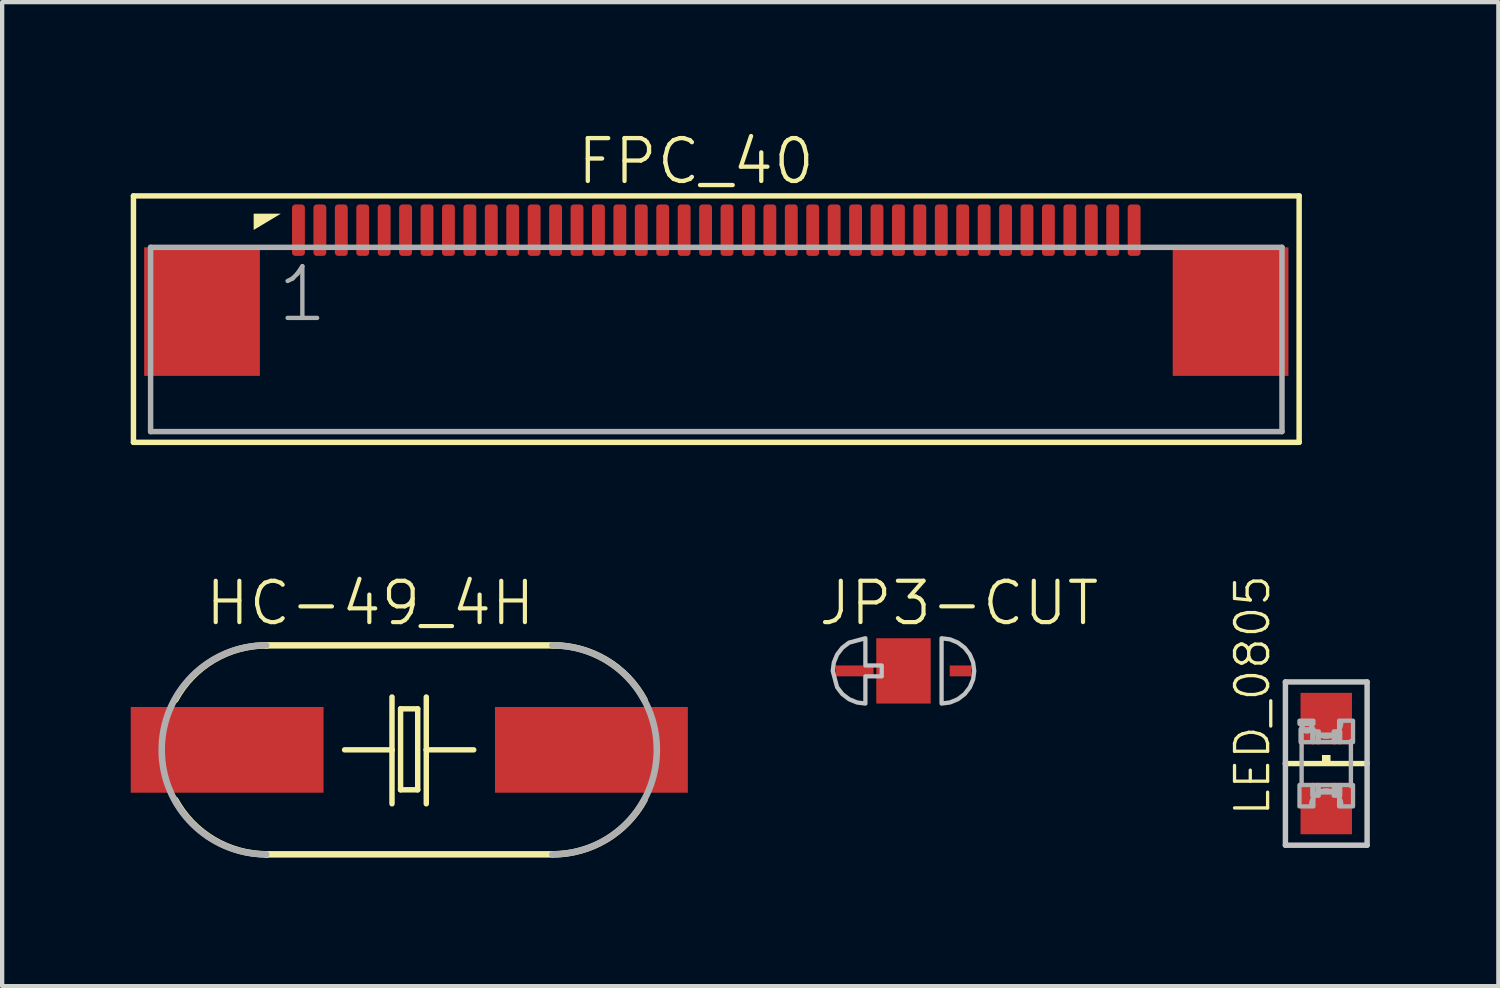
<source format=kicad_pcb>
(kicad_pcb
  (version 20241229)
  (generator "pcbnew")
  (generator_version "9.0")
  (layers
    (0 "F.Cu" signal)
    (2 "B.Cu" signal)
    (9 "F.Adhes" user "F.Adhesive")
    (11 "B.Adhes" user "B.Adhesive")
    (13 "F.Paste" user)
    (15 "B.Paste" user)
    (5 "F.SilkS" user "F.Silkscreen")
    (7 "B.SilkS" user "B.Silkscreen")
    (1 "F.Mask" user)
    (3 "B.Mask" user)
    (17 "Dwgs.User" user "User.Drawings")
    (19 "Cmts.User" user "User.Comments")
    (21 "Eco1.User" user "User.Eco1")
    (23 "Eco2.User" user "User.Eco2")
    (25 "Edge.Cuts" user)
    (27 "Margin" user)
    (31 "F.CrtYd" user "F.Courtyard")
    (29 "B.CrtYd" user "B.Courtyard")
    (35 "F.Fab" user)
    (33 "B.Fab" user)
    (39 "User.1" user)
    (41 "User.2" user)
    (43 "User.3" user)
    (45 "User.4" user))
  (footprint "HC-49_4H"
    (layer "F.Cu")
    (at 6.5 14.447)
    (property "Reference" "HC-49_4H" (at -4.81 -2.857 0) (layer "F.SilkS") (effects (font (size 0.965 0.965) (thickness 0.097)) (justify left bottom)))
    (attr through_hole)
    (fp_line (start -3.353 -2.438) (end -3.327 -2.438) (stroke (width 0.152) (type solid)) (layer "F.SilkS"))
    (fp_line (start -3.353 2.438) (end -3.327 2.438) (stroke (width 0.152) (type solid)) (layer "F.SilkS"))
    (fp_line (start -3.327 -2.438) (end 3.327 -2.438) (stroke (width 0.152) (type solid)) (layer "F.SilkS"))
    (fp_line (start -3.327 2.438) (end 3.327 2.438) (stroke (width 0.152) (type solid)) (layer "F.SilkS"))
    (fp_line (start -1.509 0) (end -0.403 0) (stroke (width 0.127) (type solid)) (layer "F.SilkS"))
    (fp_line (start -0.403 0) (end -0.403 -1.233) (stroke (width 0.127) (type solid)) (layer "F.SilkS"))
    (fp_line (start -0.403 1.259) (end -0.403 0) (stroke (width 0.127) (type solid)) (layer "F.SilkS"))
    (fp_line (start -0.203 -0.957) (end 0.197 -0.957) (stroke (width 0.127) (type solid)) (layer "F.SilkS"))
    (fp_line (start -0.203 0.932) (end -0.203 -0.957) (stroke (width 0.127) (type solid)) (layer "F.SilkS"))
    (fp_line (start 0.197 -0.957) (end 0.197 0.932) (stroke (width 0.127) (type solid)) (layer "F.SilkS"))
    (fp_line (start 0.197 0.932) (end -0.203 0.932) (stroke (width 0.127) (type solid)) (layer "F.SilkS"))
    (fp_line (start 0.397 -1.233) (end 0.397 0) (stroke (width 0.127) (type solid)) (layer "F.SilkS"))
    (fp_line (start 0.397 0) (end 0.397 1.259) (stroke (width 0.127) (type solid)) (layer "F.SilkS"))
    (fp_line (start 1.504 0) (end 0.397 0) (stroke (width 0.127) (type solid)) (layer "F.SilkS"))
    (fp_arc (start -5.461 -1.168399) (mid -4.569447 -2.097814) (end -3.3274 -2.4384) (stroke (width 0.1524) (type solid)) (layer "F.SilkS"))
    (fp_arc (start -3.3274 2.4384) (mid -4.567733 2.094937) (end -5.460999 1.1684) (stroke (width 0.1524) (type solid)) (layer "F.SilkS"))
    (fp_arc (start 3.3528 -2.4384) (mid 4.594847 -2.097814) (end 5.4864 -1.168399) (stroke (width 0.1524) (type solid)) (layer "F.SilkS"))
    (fp_arc (start 5.486399 1.1684) (mid 4.593133 2.094937) (end 3.3528 2.4384) (stroke (width 0.1524) (type solid)) (layer "F.SilkS"))
    (fp_arc (start -3.3384 2.4384) (mid -5.7768 0) (end -3.3384 -2.4384) (stroke (width 0.1524) (type solid)) (layer "F.Fab"))
    (fp_arc (start 3.3384 -2.4384) (mid 5.7768 0) (end 3.3384 2.4384) (stroke (width 0.1524) (type solid)) (layer "F.Fab"))
    (pad "1" smd rect (at -4.25 0) (size 4.5 2) (layers "F.Cu" "F.Mask" "F.Paste"))
    (pad "2" smd rect (at 4.25 0) (size 4.5 2) (layers "F.Cu" "F.Mask" "F.Paste")))
  (footprint "JP3-CUT"
    (layer "F.Cu")
    (at 18.032 12.605)
    (property "Reference" "JP3-CUT" (at -2.032 -1.016 180) (layer "F.SilkS") (effects (font (size 0.965 0.965) (thickness 0.097)) (justify left bottom)))
    (attr through_hole)
    (fp_poly (pts (xy -0.254 -0.889) (xy -0.889 -0.889) (xy -1.119 -0.859) (xy -1.333 -0.77) (xy -1.518 -0.629) (xy -1.659 -0.445) (xy -1.748 -0.23) (xy -1.778 0) (xy -1.748 0.23) (xy -1.659 0.445) (xy -1.518 0.629) (xy -1.333 0.77) (xy -0.889 0.889) (xy -0.254 0.889)) (stroke (width 0) (type solid)) (fill yes) (layer "F.Mask"))
    (fp_poly (pts (xy 0.254 0.889) (xy 0.889 0.889) (xy 1.119 0.859) (xy 1.333 0.77) (xy 1.518 0.629) (xy 1.659 0.445) (xy 1.748 0.23) (xy 1.778 0) (xy 1.748 -0.23) (xy 1.659 -0.445) (xy 1.518 -0.629) (xy 1.333 -0.77) (xy 1.119 -0.859) (xy 0.889 -0.889) (xy 0.254 -0.889)) (stroke (width 0) (type solid)) (fill yes) (layer "F.Mask"))
    (fp_poly (pts (xy 0.889 0.762) (xy 0.889 -0.762) (xy 1.086 -0.736) (xy 1.27 -0.66) (xy 1.428 -0.539) (xy 1.549 -0.381) (xy 1.625 -0.197) (xy 1.651 0) (xy 1.625 0.197) (xy 1.549 0.381) (xy 1.428 0.539) (xy 1.27 0.66) (xy 1.086 0.736)) (stroke (width 0.1) (type solid)) (fill no) (layer "Dwgs.User"))
    (fp_poly (pts (xy -0.889 -0.762) (xy -0.889 -0.127) (xy -0.508 -0.127) (xy -0.508 0.127) (xy -0.889 0.127) (xy -0.889 0.762) (xy -1.086 0.736) (xy -1.27 0.66) (xy -1.428 0.539) (xy -1.549 0.381) (xy -1.651 0) (xy -1.625 -0.197) (xy -1.549 -0.381) (xy -1.428 -0.539) (xy -1.27 -0.66)) (stroke (width 0.1) (type solid)) (fill no) (layer "Dwgs.User"))
    (pad "COM" smd rect (at 0 0) (size 1.27 1.524) (layers "F.Cu" "F.Mask"))
    (pad "NC" smd rect (at -1.143 0) (size 0.889 0.254) (layers "F.Cu" "F.Mask"))
    (pad "NO" smd rect (at 1.333 0) (size 0.508 0.254) (layers "F.Cu" "F.Mask")))
  (footprint "LED_0805"
    (layer "F.Cu")
    (at 27.897 14.767)
    (property "Reference" "LED_0805" (at -1.27 1.27 90) (layer "F.SilkS") (effects (font (size 0.772 0.772) (thickness 0.077)) (justify left bottom)))
    (attr through_hole)
    (fp_line (start -0.953 0) (end 0.953 0) (stroke (width 0.127) (type solid)) (layer "F.SilkS"))
    (fp_poly (pts (xy -0.1 0) (xy 0.1 0) (xy 0.1 -0.2) (xy -0.1 -0.2)) (stroke (width 0) (type solid)) (fill yes) (layer "F.SilkS"))
    (fp_line (start -0.953 -1.905) (end 0.953 -1.905) (stroke (width 0.127) (type solid)) (layer "Dwgs.User"))
    (fp_line (start -0.953 0) (end -0.953 -1.905) (stroke (width 0.127) (type solid)) (layer "Dwgs.User"))
    (fp_line (start -0.953 1.905) (end -0.953 0) (stroke (width 0.127) (type solid)) (layer "Dwgs.User"))
    (fp_line (start 0.953 -1.905) (end 0.953 0) (stroke (width 0.127) (type solid)) (layer "Dwgs.User"))
    (fp_line (start 0.953 0) (end 0.953 1.905) (stroke (width 0.127) (type solid)) (layer "Dwgs.User"))
    (fp_line (start 0.953 1.905) (end -0.953 1.905) (stroke (width 0.127) (type solid)) (layer "Dwgs.User"))
    (fp_line (start -0.575 0.5) (end -0.575 -0.925) (stroke (width 0.102) (type solid)) (layer "F.Fab"))
    (fp_line (start 0.575 -0.525) (end 0.575 0.525) (stroke (width 0.102) (type solid)) (layer "F.Fab"))
    (fp_arc (start -0.35 0.925) (mid -0.000001 0.625027) (end 0.35 0.924998) (stroke (width 0.1016) (type solid)) (layer "F.Fab"))
    (fp_arc (start 0.35 -0.924998) (mid -0.000001 -0.625027) (end -0.35 -0.925) (stroke (width 0.1016) (type solid)) (layer "F.Fab"))
    (fp_circle (center -0.45 -0.85) (end -0.347 -0.85) (stroke (width 0.102) (type solid)) (fill no) (layer "F.Fab"))
    (fp_poly (pts (xy -0.625 -0.925) (xy -0.3 -0.925) (xy -0.3 -1) (xy -0.625 -1)) (stroke (width 0.1) (type solid)) (fill no) (layer "F.Fab"))
    (fp_poly (pts (xy -0.625 1) (xy -0.3 1) (xy -0.3 0.5) (xy -0.625 0.5)) (stroke (width 0.1) (type solid)) (fill no) (layer "F.Fab"))
    (fp_poly (pts (xy -0.6 -0.5) (xy -0.3 -0.5) (xy -0.3 -0.8) (xy -0.6 -0.8)) (stroke (width 0.1) (type solid)) (fill no) (layer "F.Fab"))
    (fp_poly (pts (xy -0.325 -0.5) (xy -0.175 -0.5) (xy -0.175 -0.75) (xy -0.325 -0.75)) (stroke (width 0.1) (type solid)) (fill no) (layer "F.Fab"))
    (fp_poly (pts (xy -0.325 0.75) (xy -0.175 0.75) (xy -0.175 0.5) (xy -0.325 0.5)) (stroke (width 0.1) (type solid)) (fill no) (layer "F.Fab"))
    (fp_poly (pts (xy -0.2 -0.5) (xy 0.2 -0.5) (xy 0.2 -0.675) (xy -0.2 -0.675)) (stroke (width 0.1) (type solid)) (fill no) (layer "F.Fab"))
    (fp_poly (pts (xy -0.2 0.675) (xy 0.2 0.675) (xy 0.2 0.5) (xy -0.2 0.5)) (stroke (width 0.1) (type solid)) (fill no) (layer "F.Fab"))
    (fp_poly (pts (xy 0.175 -0.5) (xy 0.325 -0.5) (xy 0.325 -0.75) (xy 0.175 -0.75)) (stroke (width 0.1) (type solid)) (fill no) (layer "F.Fab"))
    (fp_poly (pts (xy 0.175 0.75) (xy 0.325 0.75) (xy 0.325 0.5) (xy 0.175 0.5)) (stroke (width 0.1) (type solid)) (fill no) (layer "F.Fab"))
    (fp_poly (pts (xy 0.3 -0.5) (xy 0.625 -0.5) (xy 0.625 -1) (xy 0.3 -1)) (stroke (width 0.1) (type solid)) (fill no) (layer "F.Fab"))
    (fp_poly (pts (xy 0.3 1) (xy 0.625 1) (xy 0.625 0.5) (xy 0.3 0.5)) (stroke (width 0.1) (type solid)) (fill no) (layer "F.Fab"))
    (pad "A" smd rect (at 0 1.05) (size 1.2 1.2) (layers "F.Cu" "F.Mask" "F.Paste"))
    (pad "C" smd rect (at 0 -1.05) (size 1.2 1.2) (layers "F.Cu" "F.Mask" "F.Paste")))
  (footprint "FPC_40"
    (layer "F.Cu")
    (at 13.664 4.221)
    (property "Reference" "FPC_40" (at -3.302 -2.921 0) (layer "F.SilkS") (effects (font (size 1 1) (thickness 0.1)) (justify left bottom)))
    (attr through_hole)
    (fp_line (start -13.6 -2.7) (end 13.6 -2.7) (stroke (width 0.127) (type solid)) (layer "F.SilkS"))
    (fp_line (start -13.6 3.05) (end -13.6 -2.7) (stroke (width 0.127) (type solid)) (layer "F.SilkS"))
    (fp_line (start -13.6 3.05) (end 13.6 3.05) (stroke (width 0.127) (type solid)) (layer "F.SilkS"))
    (fp_line (start 13.6 3.05) (end 13.6 -2.7) (stroke (width 0.127) (type solid)) (layer "F.SilkS"))
    (fp_poly (pts (xy -10.16 -2.286) (xy -10.795 -2.286) (xy -10.795 -1.905)) (stroke (width 0) (type solid)) (fill yes) (layer "F.SilkS"))
    (fp_line (start -13.2 -1.5) (end 13.2 -1.5) (stroke (width 0.127) (type solid)) (layer "F.Fab"))
    (fp_line (start -13.2 2.8) (end -13.2 -1.5) (stroke (width 0.127) (type solid)) (layer "F.Fab"))
    (fp_line (start -13.2 2.8) (end 13.2 2.8) (stroke (width 0.127) (type solid)) (layer "F.Fab"))
    (fp_line (start 13.2 -1.5) (end 13.2 2.8) (stroke (width 0.127) (type solid)) (layer "F.Fab"))
    (fp_text user "1" (at -10.3 0.3 0) (layer "F.Fab") (effects (font (size 1.206 1.206) (thickness 0.102)) (justify left bottom)))
    (pad "1" smd roundrect (at -9.75 -1.9) (size 0.3 1.2) (layers "F.Cu" "F.Mask" "F.Paste") (roundrect_rratio 0.25))
    (pad "2" smd roundrect (at -9.25 -1.9) (size 0.3 1.2) (layers "F.Cu" "F.Mask" "F.Paste") (roundrect_rratio 0.25))
    (pad "3" smd roundrect (at -8.75 -1.9) (size 0.3 1.2) (layers "F.Cu" "F.Mask" "F.Paste") (roundrect_rratio 0.25))
    (pad "4" smd roundrect (at -8.25 -1.9) (size 0.3 1.2) (layers "F.Cu" "F.Mask" "F.Paste") (roundrect_rratio 0.25))
    (pad "5" smd roundrect (at -7.75 -1.9) (size 0.3 1.2) (layers "F.Cu" "F.Mask" "F.Paste") (roundrect_rratio 0.25))
    (pad "6" smd roundrect (at -7.25 -1.9) (size 0.3 1.2) (layers "F.Cu" "F.Mask" "F.Paste") (roundrect_rratio 0.25))
    (pad "7" smd roundrect (at -6.75 -1.9) (size 0.3 1.2) (layers "F.Cu" "F.Mask" "F.Paste") (roundrect_rratio 0.25))
    (pad "8" smd roundrect (at -6.25 -1.9) (size 0.3 1.2) (layers "F.Cu" "F.Mask" "F.Paste") (roundrect_rratio 0.25))
    (pad "9" smd roundrect (at -5.75 -1.9) (size 0.3 1.2) (layers "F.Cu" "F.Mask" "F.Paste") (roundrect_rratio 0.25))
    (pad "10" smd roundrect (at -5.25 -1.9) (size 0.3 1.2) (layers "F.Cu" "F.Mask" "F.Paste") (roundrect_rratio 0.25))
    (pad "11" smd roundrect (at -4.75 -1.9) (size 0.3 1.2) (layers "F.Cu" "F.Mask" "F.Paste") (roundrect_rratio 0.25))
    (pad "12" smd roundrect (at -4.25 -1.9) (size 0.3 1.2) (layers "F.Cu" "F.Mask" "F.Paste") (roundrect_rratio 0.25))
    (pad "13" smd roundrect (at -3.75 -1.9) (size 0.3 1.2) (layers "F.Cu" "F.Mask" "F.Paste") (roundrect_rratio 0.25))
    (pad "14" smd roundrect (at -3.25 -1.9) (size 0.3 1.2) (layers "F.Cu" "F.Mask" "F.Paste") (roundrect_rratio 0.25))
    (pad "15" smd roundrect (at -2.75 -1.9) (size 0.3 1.2) (layers "F.Cu" "F.Mask" "F.Paste") (roundrect_rratio 0.25))
    (pad "16" smd roundrect (at -2.25 -1.9) (size 0.3 1.2) (layers "F.Cu" "F.Mask" "F.Paste") (roundrect_rratio 0.25))
    (pad "17" smd roundrect (at -1.75 -1.9) (size 0.3 1.2) (layers "F.Cu" "F.Mask" "F.Paste") (roundrect_rratio 0.25))
    (pad "18" smd roundrect (at -1.25 -1.9) (size 0.3 1.2) (layers "F.Cu" "F.Mask" "F.Paste") (roundrect_rratio 0.25))
    (pad "19" smd roundrect (at -0.75 -1.9) (size 0.3 1.2) (layers "F.Cu" "F.Mask" "F.Paste") (roundrect_rratio 0.25))
    (pad "20" smd roundrect (at -0.25 -1.9) (size 0.3 1.2) (layers "F.Cu" "F.Mask" "F.Paste") (roundrect_rratio 0.25))
    (pad "21" smd roundrect (at 0.25 -1.9) (size 0.3 1.2) (layers "F.Cu" "F.Mask" "F.Paste") (roundrect_rratio 0.25))
    (pad "22" smd roundrect (at 0.75 -1.9) (size 0.3 1.2) (layers "F.Cu" "F.Mask" "F.Paste") (roundrect_rratio 0.25))
    (pad "23" smd roundrect (at 1.25 -1.9) (size 0.3 1.2) (layers "F.Cu" "F.Mask" "F.Paste") (roundrect_rratio 0.25))
    (pad "24" smd roundrect (at 1.75 -1.9) (size 0.3 1.2) (layers "F.Cu" "F.Mask" "F.Paste") (roundrect_rratio 0.25))
    (pad "25" smd roundrect (at 2.25 -1.9) (size 0.3 1.2) (layers "F.Cu" "F.Mask" "F.Paste") (roundrect_rratio 0.25))
    (pad "26" smd roundrect (at 2.75 -1.9) (size 0.3 1.2) (layers "F.Cu" "F.Mask" "F.Paste") (roundrect_rratio 0.25))
    (pad "27" smd roundrect (at 3.25 -1.9) (size 0.3 1.2) (layers "F.Cu" "F.Mask" "F.Paste") (roundrect_rratio 0.25))
    (pad "28" smd roundrect (at 3.75 -1.9) (size 0.3 1.2) (layers "F.Cu" "F.Mask" "F.Paste") (roundrect_rratio 0.25))
    (pad "29" smd roundrect (at 4.25 -1.9) (size 0.3 1.2) (layers "F.Cu" "F.Mask" "F.Paste") (roundrect_rratio 0.25))
    (pad "30" smd roundrect (at 4.75 -1.9) (size 0.3 1.2) (layers "F.Cu" "F.Mask" "F.Paste") (roundrect_rratio 0.25))
    (pad "31" smd roundrect (at 5.25 -1.9) (size 0.3 1.2) (layers "F.Cu" "F.Mask" "F.Paste") (roundrect_rratio 0.25))
    (pad "32" smd roundrect (at 5.75 -1.9) (size 0.3 1.2) (layers "F.Cu" "F.Mask" "F.Paste") (roundrect_rratio 0.25))
    (pad "33" smd roundrect (at 6.25 -1.9) (size 0.3 1.2) (layers "F.Cu" "F.Mask" "F.Paste") (roundrect_rratio 0.25))
    (pad "34" smd roundrect (at 6.75 -1.9) (size 0.3 1.2) (layers "F.Cu" "F.Mask" "F.Paste") (roundrect_rratio 0.25))
    (pad "35" smd roundrect (at 7.25 -1.9) (size 0.3 1.2) (layers "F.Cu" "F.Mask" "F.Paste") (roundrect_rratio 0.25))
    (pad "36" smd roundrect (at 7.75 -1.9) (size 0.3 1.2) (layers "F.Cu" "F.Mask" "F.Paste") (roundrect_rratio 0.25))
    (pad "37" smd roundrect (at 8.25 -1.9) (size 0.3 1.2) (layers "F.Cu" "F.Mask" "F.Paste") (roundrect_rratio 0.25))
    (pad "38" smd roundrect (at 8.75 -1.9) (size 0.3 1.2) (layers "F.Cu" "F.Mask" "F.Paste") (roundrect_rratio 0.25))
    (pad "39" smd roundrect (at 9.25 -1.9) (size 0.3 1.2) (layers "F.Cu" "F.Mask" "F.Paste") (roundrect_rratio 0.25))
    (pad "40" smd roundrect (at 9.75 -1.9) (size 0.3 1.2) (layers "F.Cu" "F.Mask" "F.Paste") (roundrect_rratio 0.25))
    (pad "Z1" smd rect (at -12 0) (size 2.7 3) (layers "F.Cu" "F.Mask" "F.Paste"))
    (pad "Z2" smd rect (at 12 0) (size 2.7 3) (layers "F.Cu" "F.Mask" "F.Paste")))
  (gr_rect
    (start -3 -3)
    (end 31.913 19.961)
    (stroke (width 0.1) (type default))
    (fill no)
    (layer "Edge.Cuts")))
</source>
